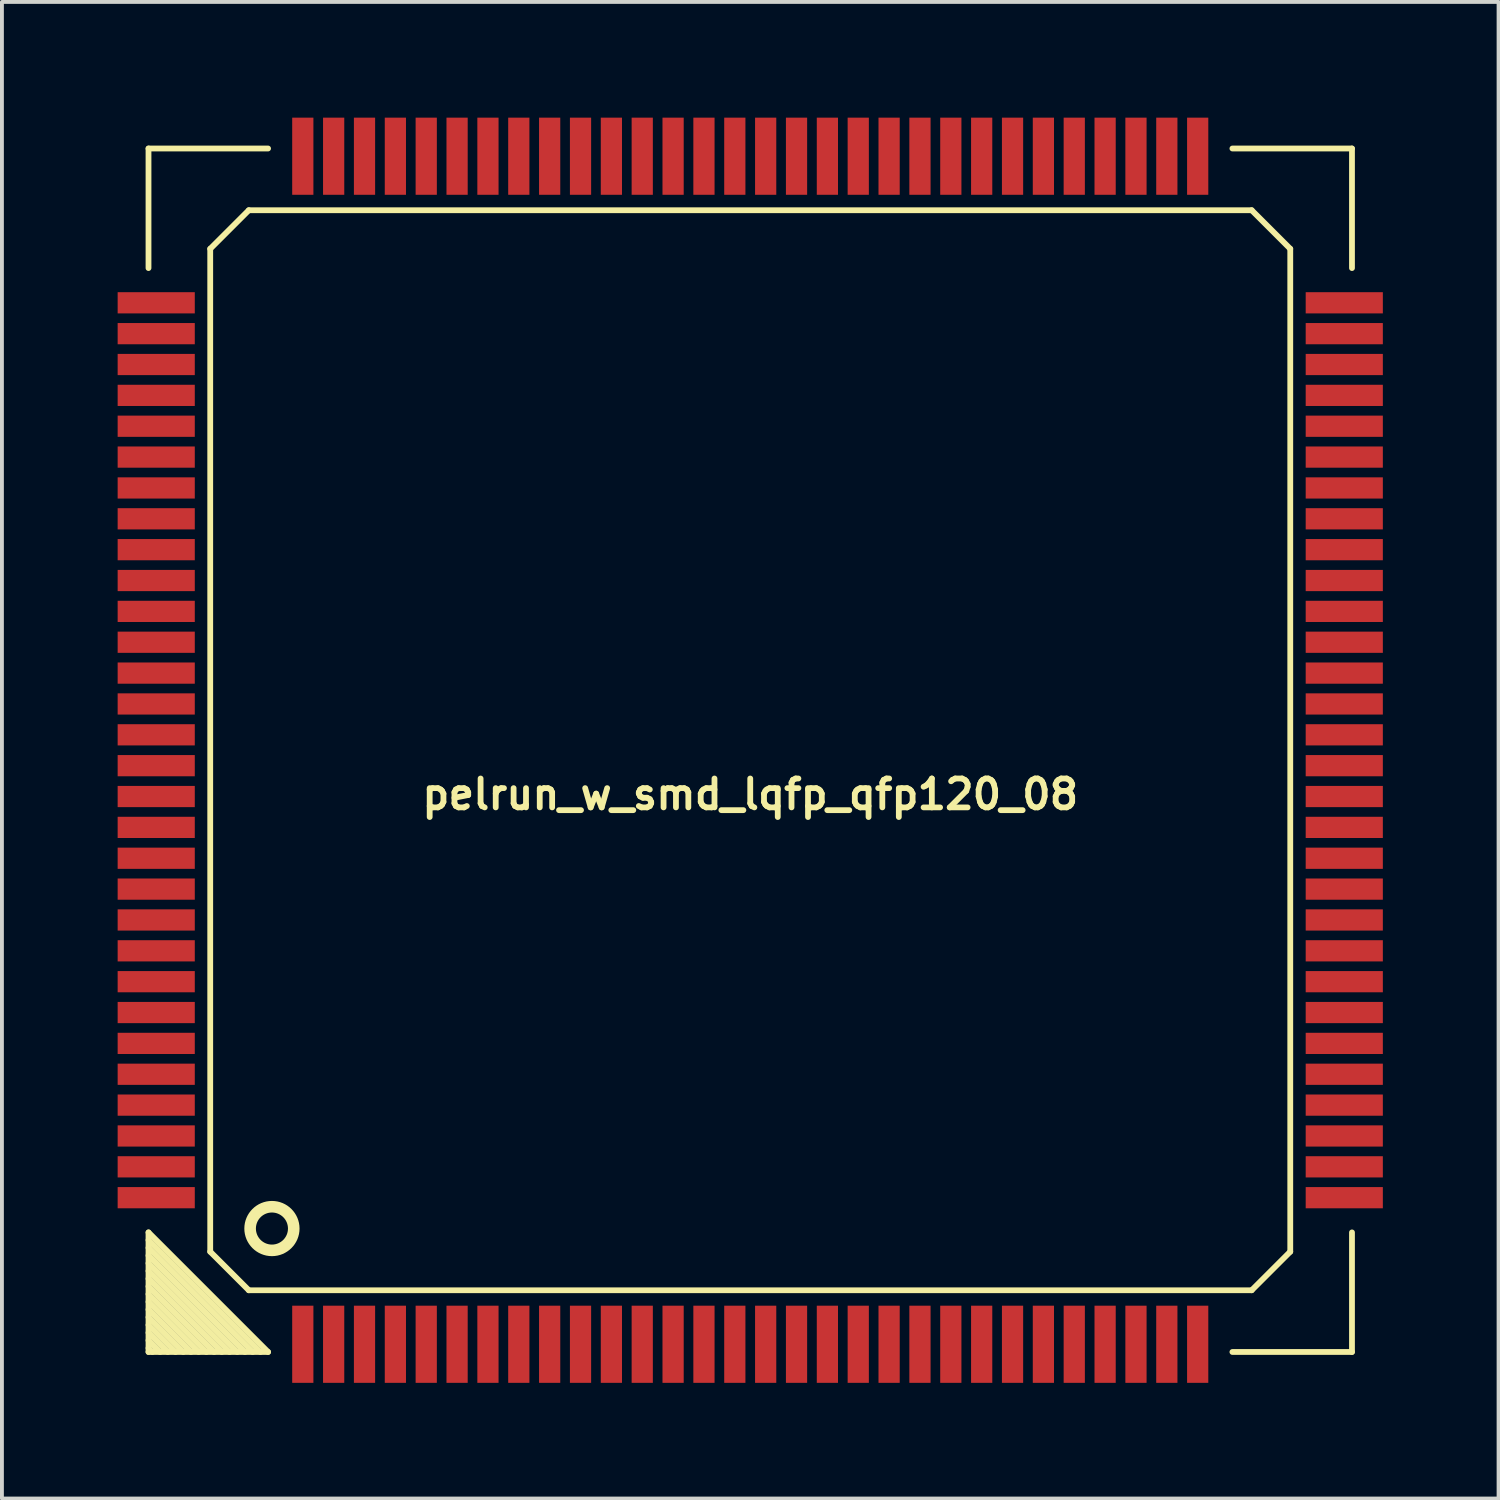
<source format=kicad_pcb>
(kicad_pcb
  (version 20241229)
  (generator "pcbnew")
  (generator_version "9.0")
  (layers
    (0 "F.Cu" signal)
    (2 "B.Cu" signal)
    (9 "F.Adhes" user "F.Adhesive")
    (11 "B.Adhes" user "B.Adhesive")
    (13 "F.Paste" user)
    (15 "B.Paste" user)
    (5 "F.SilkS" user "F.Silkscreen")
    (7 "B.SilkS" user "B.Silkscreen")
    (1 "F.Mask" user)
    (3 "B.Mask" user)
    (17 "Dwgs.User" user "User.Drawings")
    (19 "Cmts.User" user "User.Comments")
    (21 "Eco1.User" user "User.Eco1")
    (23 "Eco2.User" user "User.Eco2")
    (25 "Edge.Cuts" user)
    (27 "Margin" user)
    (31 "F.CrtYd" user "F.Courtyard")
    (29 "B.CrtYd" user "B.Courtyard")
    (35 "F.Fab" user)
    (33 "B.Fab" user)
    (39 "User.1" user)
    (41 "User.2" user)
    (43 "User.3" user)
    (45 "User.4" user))
  (footprint "pelrun_w_smd_lqfp_qfp120_08"
    (layer "F.Cu")
    (at 16.4 16.4)
    (property "Reference" "pelrun_w_smd_lqfp_qfp120_08" (at 0 1.143 0) (layer "F.SilkS") (effects (font (size 0.749 0.749) (thickness 0.15))))
    (attr through_hole)
    (fp_line (start -15.6 -15.6) (end -12.5 -15.6) (stroke (width 0.15) (type solid)) (layer "F.SilkS"))
    (fp_line (start -15.6 -12.5) (end -15.6 -15.6) (stroke (width 0.15) (type solid)) (layer "F.SilkS"))
    (fp_line (start -15.6 12.7) (end -12.7 15.6) (stroke (width 0.15) (type solid)) (layer "F.SilkS"))
    (fp_line (start -15.6 14.3) (end -14.3 15.6) (stroke (width 0.15) (type solid)) (layer "F.SilkS"))
    (fp_line (start -15.6 14.7) (end -14.7 15.6) (stroke (width 0.15) (type solid)) (layer "F.SilkS"))
    (fp_line (start -15.6 15.1) (end -15.1 15.6) (stroke (width 0.15) (type solid)) (layer "F.SilkS"))
    (fp_line (start -15.6 15.5) (end -15.5 15.6) (stroke (width 0.15) (type solid)) (layer "F.SilkS"))
    (fp_line (start -15.6 15.6) (end -15.6 12.5) (stroke (width 0.15) (type solid)) (layer "F.SilkS"))
    (fp_line (start -15.3 15.6) (end -15.6 15.3) (stroke (width 0.15) (type solid)) (layer "F.SilkS"))
    (fp_line (start -14.9 15.6) (end -15.6 14.9) (stroke (width 0.15) (type solid)) (layer "F.SilkS"))
    (fp_line (start -14.5 15.6) (end -15.6 14.5) (stroke (width 0.15) (type solid)) (layer "F.SilkS"))
    (fp_line (start -14.1 15.6) (end -15.6 14.1) (stroke (width 0.15) (type solid)) (layer "F.SilkS"))
    (fp_line (start -14 -13) (end -13 -14) (stroke (width 0.15) (type solid)) (layer "F.SilkS"))
    (fp_line (start -14 13) (end -14 -13) (stroke (width 0.15) (type solid)) (layer "F.SilkS"))
    (fp_line (start -13.9 15.6) (end -15.6 13.9) (stroke (width 0.15) (type solid)) (layer "F.SilkS"))
    (fp_line (start -13.7 15.6) (end -15.6 13.7) (stroke (width 0.15) (type solid)) (layer "F.SilkS"))
    (fp_line (start -13.5 15.6) (end -15.6 13.5) (stroke (width 0.15) (type solid)) (layer "F.SilkS"))
    (fp_line (start -13.3 15.6) (end -15.6 13.3) (stroke (width 0.15) (type solid)) (layer "F.SilkS"))
    (fp_line (start -13.1 15.6) (end -15.6 13.1) (stroke (width 0.15) (type solid)) (layer "F.SilkS"))
    (fp_line (start -13 -14) (end 13 -14) (stroke (width 0.15) (type solid)) (layer "F.SilkS"))
    (fp_line (start -13 14) (end -14 13) (stroke (width 0.15) (type solid)) (layer "F.SilkS"))
    (fp_line (start -12.9 15.6) (end -15.6 12.9) (stroke (width 0.15) (type solid)) (layer "F.SilkS"))
    (fp_line (start -12.5 15.6) (end -15.6 12.5) (stroke (width 0.15) (type solid)) (layer "F.SilkS"))
    (fp_line (start -12.5 15.6) (end -15.6 15.6) (stroke (width 0.15) (type solid)) (layer "F.SilkS"))
    (fp_line (start 12.5 -15.6) (end 15.6 -15.6) (stroke (width 0.15) (type solid)) (layer "F.SilkS"))
    (fp_line (start 13 -14) (end 14 -13) (stroke (width 0.15) (type solid)) (layer "F.SilkS"))
    (fp_line (start 13 14) (end -13 14) (stroke (width 0.15) (type solid)) (layer "F.SilkS"))
    (fp_line (start 14 13) (end 13 14) (stroke (width 0.15) (type solid)) (layer "F.SilkS"))
    (fp_line (start 14 13) (end 14 -13) (stroke (width 0.15) (type solid)) (layer "F.SilkS"))
    (fp_line (start 15.6 -15.6) (end 15.6 -12.5) (stroke (width 0.15) (type solid)) (layer "F.SilkS"))
    (fp_line (start 15.6 12.5) (end 15.6 15.6) (stroke (width 0.15) (type solid)) (layer "F.SilkS"))
    (fp_line (start 15.6 15.6) (end 12.5 15.6) (stroke (width 0.15) (type solid)) (layer "F.SilkS"))
    (fp_circle (center -12.4 12.4) (end -12.8 12.8) (stroke (width 0.3) (type solid)) (fill no) (layer "F.SilkS"))
    (pad "1" smd rect (at -11.6 15.4) (size 0.55 2) (layers "F.Cu" "F.Mask" "F.Paste"))
    (pad "2" smd rect (at -10.8 15.4) (size 0.55 2) (layers "F.Cu" "F.Mask" "F.Paste"))
    (pad "3" smd rect (at -10 15.4) (size 0.55 2) (layers "F.Cu" "F.Mask" "F.Paste"))
    (pad "4" smd rect (at -9.2 15.4) (size 0.55 2) (layers "F.Cu" "F.Mask" "F.Paste"))
    (pad "5" smd rect (at -8.4 15.4) (size 0.55 2) (layers "F.Cu" "F.Mask" "F.Paste"))
    (pad "6" smd rect (at -7.6 15.4) (size 0.55 2) (layers "F.Cu" "F.Mask" "F.Paste"))
    (pad "7" smd rect (at -6.8 15.4) (size 0.55 2) (layers "F.Cu" "F.Mask" "F.Paste"))
    (pad "8" smd rect (at -6 15.4) (size 0.55 2) (layers "F.Cu" "F.Mask" "F.Paste"))
    (pad "9" smd rect (at -5.2 15.4) (size 0.55 2) (layers "F.Cu" "F.Mask" "F.Paste"))
    (pad "10" smd rect (at -4.4 15.4) (size 0.55 2) (layers "F.Cu" "F.Mask" "F.Paste"))
    (pad "11" smd rect (at -3.6 15.4) (size 0.55 2) (layers "F.Cu" "F.Mask" "F.Paste"))
    (pad "12" smd rect (at -2.8 15.4) (size 0.55 2) (layers "F.Cu" "F.Mask" "F.Paste"))
    (pad "13" smd rect (at -2 15.4) (size 0.55 2) (layers "F.Cu" "F.Mask" "F.Paste"))
    (pad "14" smd rect (at -1.2 15.4) (size 0.55 2) (layers "F.Cu" "F.Mask" "F.Paste"))
    (pad "15" smd rect (at -0.4 15.4) (size 0.55 2) (layers "F.Cu" "F.Mask" "F.Paste"))
    (pad "16" smd rect (at 0.4 15.4) (size 0.55 2) (layers "F.Cu" "F.Mask" "F.Paste"))
    (pad "17" smd rect (at 1.2 15.4) (size 0.55 2) (layers "F.Cu" "F.Mask" "F.Paste"))
    (pad "18" smd rect (at 2 15.4) (size 0.55 2) (layers "F.Cu" "F.Mask" "F.Paste"))
    (pad "19" smd rect (at 2.8 15.4) (size 0.55 2) (layers "F.Cu" "F.Mask" "F.Paste"))
    (pad "20" smd rect (at 3.6 15.4) (size 0.55 2) (layers "F.Cu" "F.Mask" "F.Paste"))
    (pad "21" smd rect (at 4.4 15.4) (size 0.55 2) (layers "F.Cu" "F.Mask" "F.Paste"))
    (pad "22" smd rect (at 5.2 15.4) (size 0.55 2) (layers "F.Cu" "F.Mask" "F.Paste"))
    (pad "23" smd rect (at 6 15.4) (size 0.55 2) (layers "F.Cu" "F.Mask" "F.Paste"))
    (pad "24" smd rect (at 6.8 15.4) (size 0.55 2) (layers "F.Cu" "F.Mask" "F.Paste"))
    (pad "25" smd rect (at 7.6 15.4) (size 0.55 2) (layers "F.Cu" "F.Mask" "F.Paste"))
    (pad "26" smd rect (at 8.4 15.4) (size 0.55 2) (layers "F.Cu" "F.Mask" "F.Paste"))
    (pad "27" smd rect (at 9.2 15.4) (size 0.55 2) (layers "F.Cu" "F.Mask" "F.Paste"))
    (pad "28" smd rect (at 10 15.4) (size 0.55 2) (layers "F.Cu" "F.Mask" "F.Paste"))
    (pad "29" smd rect (at 10.8 15.4) (size 0.55 2) (layers "F.Cu" "F.Mask" "F.Paste"))
    (pad "30" smd rect (at 11.6 15.4) (size 0.55 2) (layers "F.Cu" "F.Mask" "F.Paste"))
    (pad "31" smd rect (at 15.4 11.6) (size 2 0.55) (layers "F.Cu" "F.Mask" "F.Paste"))
    (pad "32" smd rect (at 15.4 10.8) (size 2 0.55) (layers "F.Cu" "F.Mask" "F.Paste"))
    (pad "33" smd rect (at 15.4 10) (size 2 0.55) (layers "F.Cu" "F.Mask" "F.Paste"))
    (pad "34" smd rect (at 15.4 9.2) (size 2 0.55) (layers "F.Cu" "F.Mask" "F.Paste"))
    (pad "35" smd rect (at 15.4 8.4) (size 2 0.55) (layers "F.Cu" "F.Mask" "F.Paste"))
    (pad "36" smd rect (at 15.4 7.6) (size 2 0.55) (layers "F.Cu" "F.Mask" "F.Paste"))
    (pad "37" smd rect (at 15.4 6.8) (size 2 0.55) (layers "F.Cu" "F.Mask" "F.Paste"))
    (pad "38" smd rect (at 15.4 6) (size 2 0.55) (layers "F.Cu" "F.Mask" "F.Paste"))
    (pad "39" smd rect (at 15.4 5.2) (size 2 0.55) (layers "F.Cu" "F.Mask" "F.Paste"))
    (pad "40" smd rect (at 15.4 4.4) (size 2 0.55) (layers "F.Cu" "F.Mask" "F.Paste"))
    (pad "41" smd rect (at 15.4 3.6) (size 2 0.55) (layers "F.Cu" "F.Mask" "F.Paste"))
    (pad "42" smd rect (at 15.4 2.8) (size 2 0.55) (layers "F.Cu" "F.Mask" "F.Paste"))
    (pad "43" smd rect (at 15.4 2) (size 2 0.55) (layers "F.Cu" "F.Mask" "F.Paste"))
    (pad "44" smd rect (at 15.4 1.2) (size 2 0.55) (layers "F.Cu" "F.Mask" "F.Paste"))
    (pad "45" smd rect (at 15.4 0.4) (size 2 0.55) (layers "F.Cu" "F.Mask" "F.Paste"))
    (pad "46" smd rect (at 15.4 -0.4) (size 2 0.55) (layers "F.Cu" "F.Mask" "F.Paste"))
    (pad "47" smd rect (at 15.4 -1.2) (size 2 0.55) (layers "F.Cu" "F.Mask" "F.Paste"))
    (pad "48" smd rect (at 15.4 -2) (size 2 0.55) (layers "F.Cu" "F.Mask" "F.Paste"))
    (pad "49" smd rect (at 15.4 -2.8) (size 2 0.55) (layers "F.Cu" "F.Mask" "F.Paste"))
    (pad "50" smd rect (at 15.4 -3.6) (size 2 0.55) (layers "F.Cu" "F.Mask" "F.Paste"))
    (pad "51" smd rect (at 15.4 -4.4) (size 2 0.55) (layers "F.Cu" "F.Mask" "F.Paste"))
    (pad "52" smd rect (at 15.4 -5.2) (size 2 0.55) (layers "F.Cu" "F.Mask" "F.Paste"))
    (pad "53" smd rect (at 15.4 -6) (size 2 0.55) (layers "F.Cu" "F.Mask" "F.Paste"))
    (pad "54" smd rect (at 15.4 -6.8) (size 2 0.55) (layers "F.Cu" "F.Mask" "F.Paste"))
    (pad "55" smd rect (at 15.4 -7.6) (size 2 0.55) (layers "F.Cu" "F.Mask" "F.Paste"))
    (pad "56" smd rect (at 15.4 -8.4) (size 2 0.55) (layers "F.Cu" "F.Mask" "F.Paste"))
    (pad "57" smd rect (at 15.4 -9.2) (size 2 0.55) (layers "F.Cu" "F.Mask" "F.Paste"))
    (pad "58" smd rect (at 15.4 -10) (size 2 0.55) (layers "F.Cu" "F.Mask" "F.Paste"))
    (pad "59" smd rect (at 15.4 -10.8) (size 2 0.55) (layers "F.Cu" "F.Mask" "F.Paste"))
    (pad "60" smd rect (at 15.4 -11.6) (size 2 0.55) (layers "F.Cu" "F.Mask" "F.Paste"))
    (pad "61" smd rect (at 11.6 -15.4) (size 0.55 2) (layers "F.Cu" "F.Mask" "F.Paste"))
    (pad "62" smd rect (at 10.8 -15.4) (size 0.55 2) (layers "F.Cu" "F.Mask" "F.Paste"))
    (pad "63" smd rect (at 10 -15.4) (size 0.55 2) (layers "F.Cu" "F.Mask" "F.Paste"))
    (pad "64" smd rect (at 9.2 -15.4) (size 0.55 2) (layers "F.Cu" "F.Mask" "F.Paste"))
    (pad "65" smd rect (at 8.4 -15.4) (size 0.55 2) (layers "F.Cu" "F.Mask" "F.Paste"))
    (pad "66" smd rect (at 7.6 -15.4) (size 0.55 2) (layers "F.Cu" "F.Mask" "F.Paste"))
    (pad "67" smd rect (at 6.8 -15.4) (size 0.55 2) (layers "F.Cu" "F.Mask" "F.Paste"))
    (pad "68" smd rect (at 6 -15.4) (size 0.55 2) (layers "F.Cu" "F.Mask" "F.Paste"))
    (pad "69" smd rect (at 5.2 -15.4) (size 0.55 2) (layers "F.Cu" "F.Mask" "F.Paste"))
    (pad "70" smd rect (at 4.4 -15.4) (size 0.55 2) (layers "F.Cu" "F.Mask" "F.Paste"))
    (pad "71" smd rect (at 3.6 -15.4) (size 0.55 2) (layers "F.Cu" "F.Mask" "F.Paste"))
    (pad "72" smd rect (at 2.8 -15.4) (size 0.55 2) (layers "F.Cu" "F.Mask" "F.Paste"))
    (pad "73" smd rect (at 2 -15.4) (size 0.55 2) (layers "F.Cu" "F.Mask" "F.Paste"))
    (pad "74" smd rect (at 1.2 -15.4) (size 0.55 2) (layers "F.Cu" "F.Mask" "F.Paste"))
    (pad "75" smd rect (at 0.4 -15.4) (size 0.55 2) (layers "F.Cu" "F.Mask" "F.Paste"))
    (pad "76" smd rect (at -0.4 -15.4) (size 0.55 2) (layers "F.Cu" "F.Mask" "F.Paste"))
    (pad "77" smd rect (at -1.2 -15.4) (size 0.55 2) (layers "F.Cu" "F.Mask" "F.Paste"))
    (pad "78" smd rect (at -2 -15.4) (size 0.55 2) (layers "F.Cu" "F.Mask" "F.Paste"))
    (pad "79" smd rect (at -2.8 -15.4) (size 0.55 2) (layers "F.Cu" "F.Mask" "F.Paste"))
    (pad "80" smd rect (at -3.6 -15.4) (size 0.55 2) (layers "F.Cu" "F.Mask" "F.Paste"))
    (pad "81" smd rect (at -4.4 -15.4) (size 0.55 2) (layers "F.Cu" "F.Mask" "F.Paste"))
    (pad "82" smd rect (at -5.2 -15.4) (size 0.55 2) (layers "F.Cu" "F.Mask" "F.Paste"))
    (pad "83" smd rect (at -6 -15.4) (size 0.55 2) (layers "F.Cu" "F.Mask" "F.Paste"))
    (pad "84" smd rect (at -6.8 -15.4) (size 0.55 2) (layers "F.Cu" "F.Mask" "F.Paste"))
    (pad "85" smd rect (at -7.6 -15.4) (size 0.55 2) (layers "F.Cu" "F.Mask" "F.Paste"))
    (pad "86" smd rect (at -8.4 -15.4) (size 0.55 2) (layers "F.Cu" "F.Mask" "F.Paste"))
    (pad "87" smd rect (at -9.2 -15.4) (size 0.55 2) (layers "F.Cu" "F.Mask" "F.Paste"))
    (pad "88" smd rect (at -10 -15.4) (size 0.55 2) (layers "F.Cu" "F.Mask" "F.Paste"))
    (pad "89" smd rect (at -10.8 -15.4) (size 0.55 2) (layers "F.Cu" "F.Mask" "F.Paste"))
    (pad "90" smd rect (at -11.6 -15.4) (size 0.55 2) (layers "F.Cu" "F.Mask" "F.Paste"))
    (pad "91" smd rect (at -15.4 -11.6) (size 2 0.55) (layers "F.Cu" "F.Mask" "F.Paste"))
    (pad "92" smd rect (at -15.4 -10.8) (size 2 0.55) (layers "F.Cu" "F.Mask" "F.Paste"))
    (pad "93" smd rect (at -15.4 -10) (size 2 0.55) (layers "F.Cu" "F.Mask" "F.Paste"))
    (pad "94" smd rect (at -15.4 -9.2) (size 2 0.55) (layers "F.Cu" "F.Mask" "F.Paste"))
    (pad "95" smd rect (at -15.4 -8.4) (size 2 0.55) (layers "F.Cu" "F.Mask" "F.Paste"))
    (pad "96" smd rect (at -15.4 -7.6) (size 2 0.55) (layers "F.Cu" "F.Mask" "F.Paste"))
    (pad "97" smd rect (at -15.4 -6.8) (size 2 0.55) (layers "F.Cu" "F.Mask" "F.Paste"))
    (pad "98" smd rect (at -15.4 -6) (size 2 0.55) (layers "F.Cu" "F.Mask" "F.Paste"))
    (pad "99" smd rect (at -15.4 -5.2) (size 2 0.55) (layers "F.Cu" "F.Mask" "F.Paste"))
    (pad "100" smd rect (at -15.4 -4.4) (size 2 0.55) (layers "F.Cu" "F.Mask" "F.Paste"))
    (pad "101" smd rect (at -15.4 -3.6) (size 2 0.55) (layers "F.Cu" "F.Mask" "F.Paste"))
    (pad "102" smd rect (at -15.4 -2.8) (size 2 0.55) (layers "F.Cu" "F.Mask" "F.Paste"))
    (pad "103" smd rect (at -15.4 -2) (size 2 0.55) (layers "F.Cu" "F.Mask" "F.Paste"))
    (pad "104" smd rect (at -15.4 -1.2) (size 2 0.55) (layers "F.Cu" "F.Mask" "F.Paste"))
    (pad "105" smd rect (at -15.4 -0.4) (size 2 0.55) (layers "F.Cu" "F.Mask" "F.Paste"))
    (pad "106" smd rect (at -15.4 0.4) (size 2 0.55) (layers "F.Cu" "F.Mask" "F.Paste"))
    (pad "107" smd rect (at -15.4 1.2) (size 2 0.55) (layers "F.Cu" "F.Mask" "F.Paste"))
    (pad "108" smd rect (at -15.4 2) (size 2 0.55) (layers "F.Cu" "F.Mask" "F.Paste"))
    (pad "109" smd rect (at -15.4 2.8) (size 2 0.55) (layers "F.Cu" "F.Mask" "F.Paste"))
    (pad "110" smd rect (at -15.4 3.6) (size 2 0.55) (layers "F.Cu" "F.Mask" "F.Paste"))
    (pad "111" smd rect (at -15.4 4.4) (size 2 0.55) (layers "F.Cu" "F.Mask" "F.Paste"))
    (pad "112" smd rect (at -15.4 5.2) (size 2 0.55) (layers "F.Cu" "F.Mask" "F.Paste"))
    (pad "113" smd rect (at -15.4 6) (size 2 0.55) (layers "F.Cu" "F.Mask" "F.Paste"))
    (pad "114" smd rect (at -15.4 6.8) (size 2 0.55) (layers "F.Cu" "F.Mask" "F.Paste"))
    (pad "115" smd rect (at -15.4 7.6) (size 2 0.55) (layers "F.Cu" "F.Mask" "F.Paste"))
    (pad "116" smd rect (at -15.4 8.4) (size 2 0.55) (layers "F.Cu" "F.Mask" "F.Paste"))
    (pad "117" smd rect (at -15.4 9.2) (size 2 0.55) (layers "F.Cu" "F.Mask" "F.Paste"))
    (pad "118" smd rect (at -15.4 10) (size 2 0.55) (layers "F.Cu" "F.Mask" "F.Paste"))
    (pad "119" smd rect (at -15.4 10.8) (size 2 0.55) (layers "F.Cu" "F.Mask" "F.Paste"))
    (pad "120" smd rect (at -15.4 11.6) (size 2 0.55) (layers "F.Cu" "F.Mask" "F.Paste")))
  (gr_rect
    (start -3 -3)
    (end 35.8 35.8)
    (stroke (width 0.1) (type default))
    (fill no)
    (layer "Edge.Cuts")))
</source>
